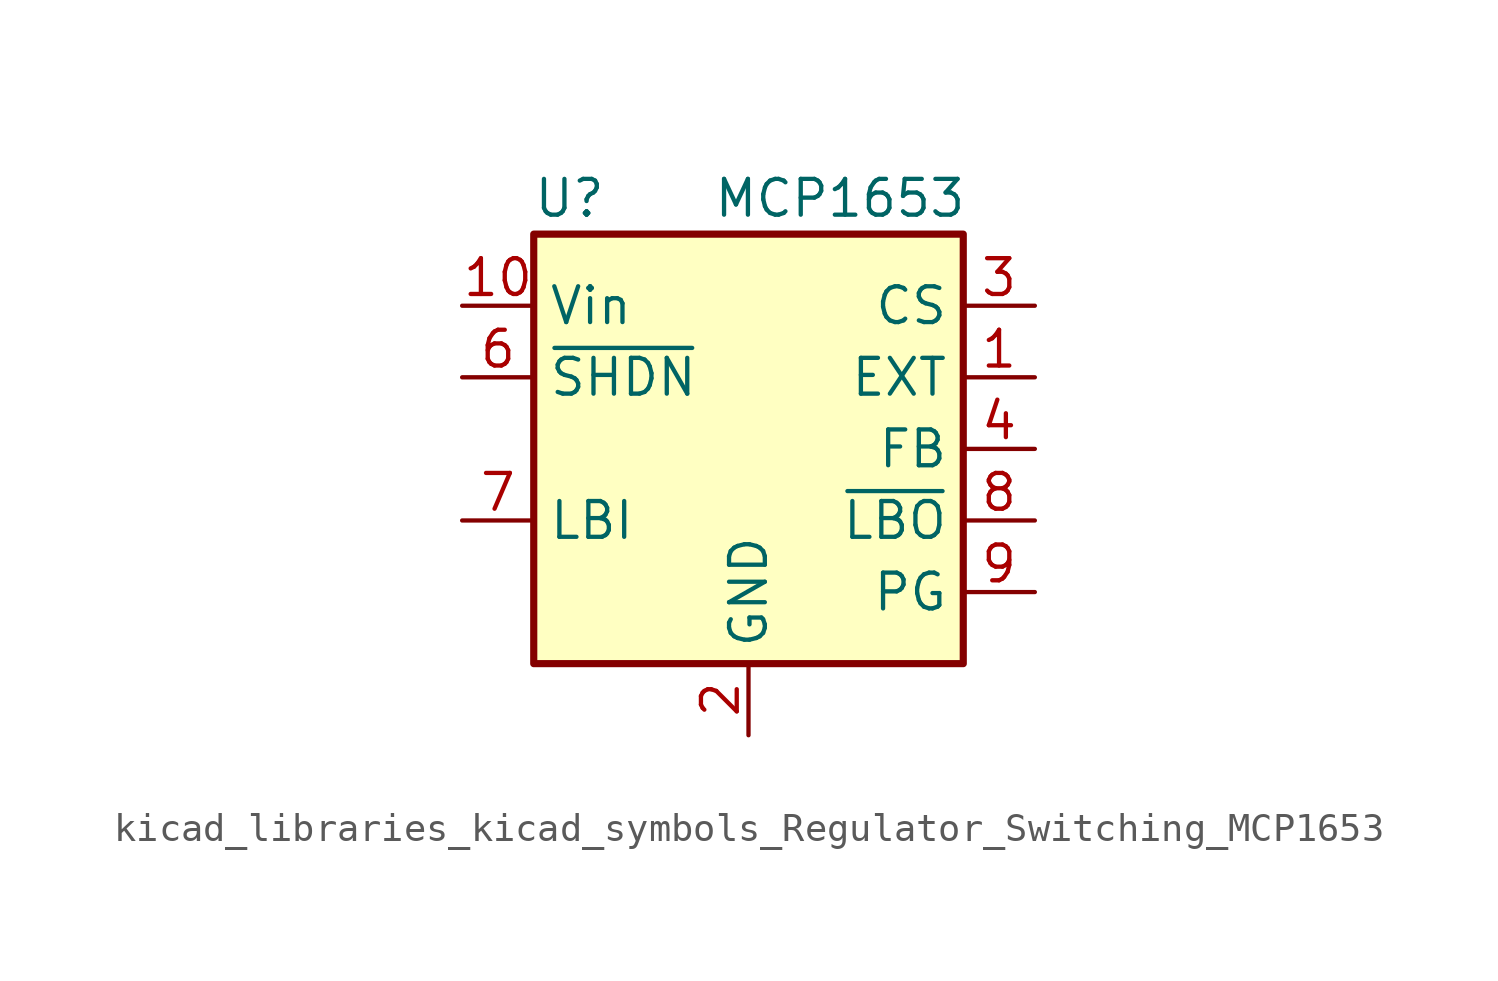
<source format=kicad_sym>
(kicad_symbol_lib
  (version 20220914)
  (generator kicad_symbol_editor)
  (symbol "kicad_libraries_kicad_symbols_Regulator_Switching_MCP1653"
    (property "Reference" "U"
      (at -6.35 8.89 0)
      (effects (font (size 1.27 1.27))))
    (property "Value" "MCP1653"
      (at -1.27 8.89 0)
      (effects (font (size 1.27 1.27)) (justify left)))
    (symbol "kicad_libraries_kicad_symbols_Regulator_Switching_MCP1653_0_1"
      (rectangle (start -7.62 7.62) (end 7.62 -7.62) (stroke (width 0.254) (type default)) (fill (type background))))
    (symbol "kicad_libraries_kicad_symbols_Regulator_Switching_MCP1653_1_1"
      (pin open_emitter line (at 10.16 2.54 180) (length 2.54) (name "EXT" (effects (font (size 1.27 1.27)))) (number "1" (effects (font (size 1.27 1.27)))))
      (pin power_in line (at -10.16 5.08 0) (length 2.54) (name "Vin" (effects (font (size 1.27 1.27)))) (number "10" (effects (font (size 1.27 1.27)))))
      (pin power_in line (at 0 -10.16 90) (length 2.54) (name "GND" (effects (font (size 1.27 1.27)))) (number "2" (effects (font (size 1.27 1.27)))))
      (pin input line (at 10.16 5.08 180) (length 2.54) (name "CS" (effects (font (size 1.27 1.27)))) (number "3" (effects (font (size 1.27 1.27)))))
      (pin input line (at 10.16 0 180) (length 2.54) (name "FB" (effects (font (size 1.27 1.27)))) (number "4" (effects (font (size 1.27 1.27)))))
      (pin no_connect line (at -7.62 0 0) (length 2.54) hide (name "NC" (effects (font (size 1.27 1.27)))) (number "5" (effects (font (size 1.27 1.27)))))
      (pin input line (at -10.16 2.54 0) (length 2.54) (name "~{SHDN}" (effects (font (size 1.27 1.27)))) (number "6" (effects (font (size 1.27 1.27)))))
      (pin input line (at -10.16 -2.54 0) (length 2.54) (name "LBI" (effects (font (size 1.27 1.27)))) (number "7" (effects (font (size 1.27 1.27)))))
      (pin output line (at 10.16 -2.54 180) (length 2.54) (name "~{LBO}" (effects (font (size 1.27 1.27)))) (number "8" (effects (font (size 1.27 1.27)))))
      (pin output line (at 10.16 -5.08 180) (length 2.54) (name "PG" (effects (font (size 1.27 1.27)))) (number "9" (effects (font (size 1.27 1.27))))))))
</source>
